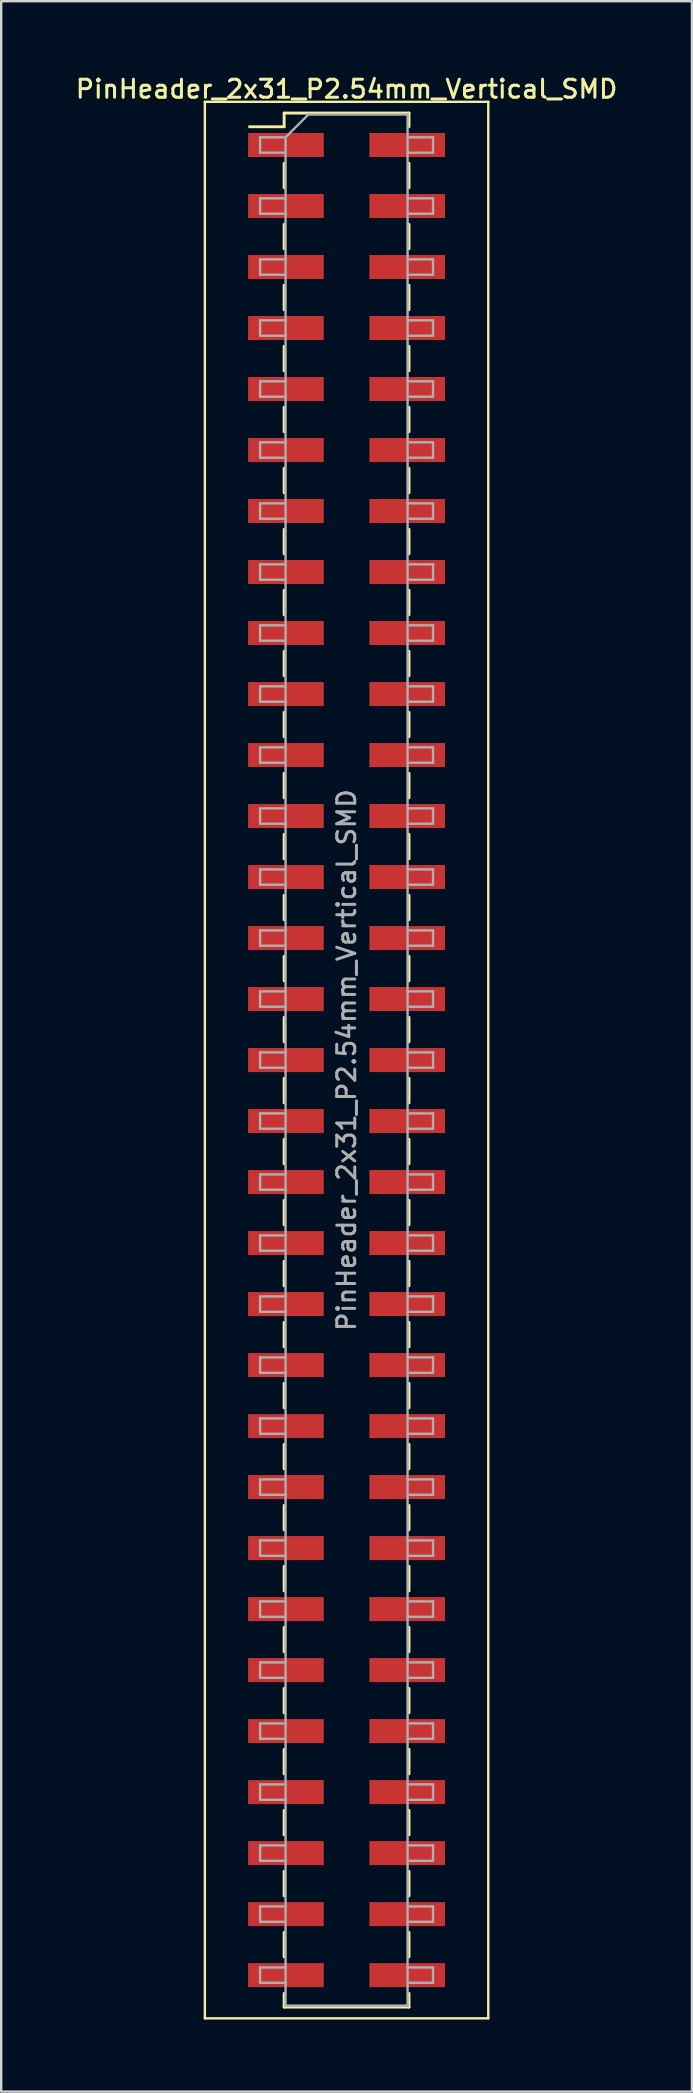
<source format=kicad_pcb>
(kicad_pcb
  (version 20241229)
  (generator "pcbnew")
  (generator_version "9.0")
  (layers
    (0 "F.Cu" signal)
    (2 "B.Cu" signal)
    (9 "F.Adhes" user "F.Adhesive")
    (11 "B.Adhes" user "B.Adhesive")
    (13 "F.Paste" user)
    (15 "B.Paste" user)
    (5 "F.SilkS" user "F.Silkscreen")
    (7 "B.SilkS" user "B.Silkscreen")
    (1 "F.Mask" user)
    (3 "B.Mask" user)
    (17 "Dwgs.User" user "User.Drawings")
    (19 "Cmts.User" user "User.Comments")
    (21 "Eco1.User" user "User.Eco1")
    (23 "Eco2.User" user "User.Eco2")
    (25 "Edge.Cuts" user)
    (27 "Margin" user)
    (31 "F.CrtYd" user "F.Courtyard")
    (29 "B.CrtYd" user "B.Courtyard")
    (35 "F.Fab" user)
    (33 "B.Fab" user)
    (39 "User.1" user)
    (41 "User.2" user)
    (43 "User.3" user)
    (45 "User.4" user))
  (footprint "PinHeader_2x31_P2.54mm_Vertical_SMD"
    (layer "F.Cu")
    (at 11.38 41.088)
    (property "Reference" "PinHeader_2x31_P2.54mm_Vertical_SMD" (at 0 -40.43 0) (layer "F.SilkS") (effects (font (size 0.75 0.75) (thickness 0.125))))
    (attr smd)
    (fp_line (start -5.9 -39.9) (end -5.9 39.9) (stroke (width 0.1) (type solid)) (layer "F.SilkS"))
    (fp_line (start -5.9 39.9) (end 5.9 39.9) (stroke (width 0.1) (type solid)) (layer "F.SilkS"))
    (fp_line (start -4.04 -38.86) (end -2.6 -38.86) (stroke (width 0.12) (type solid)) (layer "F.SilkS"))
    (fp_line (start -2.6 -39.43) (end -2.6 -38.86) (stroke (width 0.12) (type solid)) (layer "F.SilkS"))
    (fp_line (start -2.6 -39.43) (end 2.6 -39.43) (stroke (width 0.12) (type solid)) (layer "F.SilkS"))
    (fp_line (start -2.6 -37.34) (end -2.6 -36.32) (stroke (width 0.12) (type solid)) (layer "F.SilkS"))
    (fp_line (start -2.6 -34.8) (end -2.6 -33.78) (stroke (width 0.12) (type solid)) (layer "F.SilkS"))
    (fp_line (start -2.6 -32.26) (end -2.6 -31.24) (stroke (width 0.12) (type solid)) (layer "F.SilkS"))
    (fp_line (start -2.6 -29.72) (end -2.6 -28.7) (stroke (width 0.12) (type solid)) (layer "F.SilkS"))
    (fp_line (start -2.6 -27.18) (end -2.6 -26.16) (stroke (width 0.12) (type solid)) (layer "F.SilkS"))
    (fp_line (start -2.6 -24.64) (end -2.6 -23.62) (stroke (width 0.12) (type solid)) (layer "F.SilkS"))
    (fp_line (start -2.6 -22.1) (end -2.6 -21.08) (stroke (width 0.12) (type solid)) (layer "F.SilkS"))
    (fp_line (start -2.6 -19.56) (end -2.6 -18.54) (stroke (width 0.12) (type solid)) (layer "F.SilkS"))
    (fp_line (start -2.6 -17.02) (end -2.6 -16) (stroke (width 0.12) (type solid)) (layer "F.SilkS"))
    (fp_line (start -2.6 -14.48) (end -2.6 -13.46) (stroke (width 0.12) (type solid)) (layer "F.SilkS"))
    (fp_line (start -2.6 -11.94) (end -2.6 -10.92) (stroke (width 0.12) (type solid)) (layer "F.SilkS"))
    (fp_line (start -2.6 -9.4) (end -2.6 -8.38) (stroke (width 0.12) (type solid)) (layer "F.SilkS"))
    (fp_line (start -2.6 -6.86) (end -2.6 -5.84) (stroke (width 0.12) (type solid)) (layer "F.SilkS"))
    (fp_line (start -2.6 -4.32) (end -2.6 -3.3) (stroke (width 0.12) (type solid)) (layer "F.SilkS"))
    (fp_line (start -2.6 -1.78) (end -2.6 -0.76) (stroke (width 0.12) (type solid)) (layer "F.SilkS"))
    (fp_line (start -2.6 0.76) (end -2.6 1.78) (stroke (width 0.12) (type solid)) (layer "F.SilkS"))
    (fp_line (start -2.6 3.3) (end -2.6 4.32) (stroke (width 0.12) (type solid)) (layer "F.SilkS"))
    (fp_line (start -2.6 5.84) (end -2.6 6.86) (stroke (width 0.12) (type solid)) (layer "F.SilkS"))
    (fp_line (start -2.6 8.38) (end -2.6 9.4) (stroke (width 0.12) (type solid)) (layer "F.SilkS"))
    (fp_line (start -2.6 10.92) (end -2.6 11.94) (stroke (width 0.12) (type solid)) (layer "F.SilkS"))
    (fp_line (start -2.6 13.46) (end -2.6 14.48) (stroke (width 0.12) (type solid)) (layer "F.SilkS"))
    (fp_line (start -2.6 16) (end -2.6 17.02) (stroke (width 0.12) (type solid)) (layer "F.SilkS"))
    (fp_line (start -2.6 18.54) (end -2.6 19.56) (stroke (width 0.12) (type solid)) (layer "F.SilkS"))
    (fp_line (start -2.6 21.08) (end -2.6 22.1) (stroke (width 0.12) (type solid)) (layer "F.SilkS"))
    (fp_line (start -2.6 23.62) (end -2.6 24.64) (stroke (width 0.12) (type solid)) (layer "F.SilkS"))
    (fp_line (start -2.6 26.16) (end -2.6 27.18) (stroke (width 0.12) (type solid)) (layer "F.SilkS"))
    (fp_line (start -2.6 28.7) (end -2.6 29.72) (stroke (width 0.12) (type solid)) (layer "F.SilkS"))
    (fp_line (start -2.6 31.24) (end -2.6 32.26) (stroke (width 0.12) (type solid)) (layer "F.SilkS"))
    (fp_line (start -2.6 33.78) (end -2.6 34.8) (stroke (width 0.12) (type solid)) (layer "F.SilkS"))
    (fp_line (start -2.6 36.32) (end -2.6 37.34) (stroke (width 0.12) (type solid)) (layer "F.SilkS"))
    (fp_line (start -2.6 38.86) (end -2.6 39.43) (stroke (width 0.12) (type solid)) (layer "F.SilkS"))
    (fp_line (start -2.6 39.43) (end 2.6 39.43) (stroke (width 0.12) (type solid)) (layer "F.SilkS"))
    (fp_line (start 2.6 -39.43) (end 2.6 -38.86) (stroke (width 0.12) (type solid)) (layer "F.SilkS"))
    (fp_line (start 2.6 -37.34) (end 2.6 -36.32) (stroke (width 0.12) (type solid)) (layer "F.SilkS"))
    (fp_line (start 2.6 -34.8) (end 2.6 -33.78) (stroke (width 0.12) (type solid)) (layer "F.SilkS"))
    (fp_line (start 2.6 -32.26) (end 2.6 -31.24) (stroke (width 0.12) (type solid)) (layer "F.SilkS"))
    (fp_line (start 2.6 -29.72) (end 2.6 -28.7) (stroke (width 0.12) (type solid)) (layer "F.SilkS"))
    (fp_line (start 2.6 -27.18) (end 2.6 -26.16) (stroke (width 0.12) (type solid)) (layer "F.SilkS"))
    (fp_line (start 2.6 -24.64) (end 2.6 -23.62) (stroke (width 0.12) (type solid)) (layer "F.SilkS"))
    (fp_line (start 2.6 -22.1) (end 2.6 -21.08) (stroke (width 0.12) (type solid)) (layer "F.SilkS"))
    (fp_line (start 2.6 -19.56) (end 2.6 -18.54) (stroke (width 0.12) (type solid)) (layer "F.SilkS"))
    (fp_line (start 2.6 -17.02) (end 2.6 -16) (stroke (width 0.12) (type solid)) (layer "F.SilkS"))
    (fp_line (start 2.6 -14.48) (end 2.6 -13.46) (stroke (width 0.12) (type solid)) (layer "F.SilkS"))
    (fp_line (start 2.6 -11.94) (end 2.6 -10.92) (stroke (width 0.12) (type solid)) (layer "F.SilkS"))
    (fp_line (start 2.6 -9.4) (end 2.6 -8.38) (stroke (width 0.12) (type solid)) (layer "F.SilkS"))
    (fp_line (start 2.6 -6.86) (end 2.6 -5.84) (stroke (width 0.12) (type solid)) (layer "F.SilkS"))
    (fp_line (start 2.6 -4.32) (end 2.6 -3.3) (stroke (width 0.12) (type solid)) (layer "F.SilkS"))
    (fp_line (start 2.6 -1.78) (end 2.6 -0.76) (stroke (width 0.12) (type solid)) (layer "F.SilkS"))
    (fp_line (start 2.6 0.76) (end 2.6 1.78) (stroke (width 0.12) (type solid)) (layer "F.SilkS"))
    (fp_line (start 2.6 3.3) (end 2.6 4.32) (stroke (width 0.12) (type solid)) (layer "F.SilkS"))
    (fp_line (start 2.6 5.84) (end 2.6 6.86) (stroke (width 0.12) (type solid)) (layer "F.SilkS"))
    (fp_line (start 2.6 8.38) (end 2.6 9.4) (stroke (width 0.12) (type solid)) (layer "F.SilkS"))
    (fp_line (start 2.6 10.92) (end 2.6 11.94) (stroke (width 0.12) (type solid)) (layer "F.SilkS"))
    (fp_line (start 2.6 13.46) (end 2.6 14.48) (stroke (width 0.12) (type solid)) (layer "F.SilkS"))
    (fp_line (start 2.6 16) (end 2.6 17.02) (stroke (width 0.12) (type solid)) (layer "F.SilkS"))
    (fp_line (start 2.6 18.54) (end 2.6 19.56) (stroke (width 0.12) (type solid)) (layer "F.SilkS"))
    (fp_line (start 2.6 21.08) (end 2.6 22.1) (stroke (width 0.12) (type solid)) (layer "F.SilkS"))
    (fp_line (start 2.6 23.62) (end 2.6 24.64) (stroke (width 0.12) (type solid)) (layer "F.SilkS"))
    (fp_line (start 2.6 26.16) (end 2.6 27.18) (stroke (width 0.12) (type solid)) (layer "F.SilkS"))
    (fp_line (start 2.6 28.7) (end 2.6 29.72) (stroke (width 0.12) (type solid)) (layer "F.SilkS"))
    (fp_line (start 2.6 31.24) (end 2.6 32.26) (stroke (width 0.12) (type solid)) (layer "F.SilkS"))
    (fp_line (start 2.6 33.78) (end 2.6 34.8) (stroke (width 0.12) (type solid)) (layer "F.SilkS"))
    (fp_line (start 2.6 36.32) (end 2.6 37.34) (stroke (width 0.12) (type solid)) (layer "F.SilkS"))
    (fp_line (start 2.6 38.86) (end 2.6 39.43) (stroke (width 0.12) (type solid)) (layer "F.SilkS"))
    (fp_line (start 5.9 -39.9) (end -5.9 -39.9) (stroke (width 0.1) (type solid)) (layer "F.SilkS"))
    (fp_line (start 5.9 39.9) (end 5.9 -39.9) (stroke (width 0.1) (type solid)) (layer "F.SilkS"))
    (fp_line (start -3.6 -38.42) (end -3.6 -37.78) (stroke (width 0.1) (type solid)) (layer "F.Fab"))
    (fp_line (start -3.6 -37.78) (end -2.54 -37.78) (stroke (width 0.1) (type solid)) (layer "F.Fab"))
    (fp_line (start -3.6 -35.88) (end -3.6 -35.24) (stroke (width 0.1) (type solid)) (layer "F.Fab"))
    (fp_line (start -3.6 -35.24) (end -2.54 -35.24) (stroke (width 0.1) (type solid)) (layer "F.Fab"))
    (fp_line (start -3.6 -33.34) (end -3.6 -32.7) (stroke (width 0.1) (type solid)) (layer "F.Fab"))
    (fp_line (start -3.6 -32.7) (end -2.54 -32.7) (stroke (width 0.1) (type solid)) (layer "F.Fab"))
    (fp_line (start -3.6 -30.8) (end -3.6 -30.16) (stroke (width 0.1) (type solid)) (layer "F.Fab"))
    (fp_line (start -3.6 -30.16) (end -2.54 -30.16) (stroke (width 0.1) (type solid)) (layer "F.Fab"))
    (fp_line (start -3.6 -28.26) (end -3.6 -27.62) (stroke (width 0.1) (type solid)) (layer "F.Fab"))
    (fp_line (start -3.6 -27.62) (end -2.54 -27.62) (stroke (width 0.1) (type solid)) (layer "F.Fab"))
    (fp_line (start -3.6 -25.72) (end -3.6 -25.08) (stroke (width 0.1) (type solid)) (layer "F.Fab"))
    (fp_line (start -3.6 -25.08) (end -2.54 -25.08) (stroke (width 0.1) (type solid)) (layer "F.Fab"))
    (fp_line (start -3.6 -23.18) (end -3.6 -22.54) (stroke (width 0.1) (type solid)) (layer "F.Fab"))
    (fp_line (start -3.6 -22.54) (end -2.54 -22.54) (stroke (width 0.1) (type solid)) (layer "F.Fab"))
    (fp_line (start -3.6 -20.64) (end -3.6 -20) (stroke (width 0.1) (type solid)) (layer "F.Fab"))
    (fp_line (start -3.6 -20) (end -2.54 -20) (stroke (width 0.1) (type solid)) (layer "F.Fab"))
    (fp_line (start -3.6 -18.1) (end -3.6 -17.46) (stroke (width 0.1) (type solid)) (layer "F.Fab"))
    (fp_line (start -3.6 -17.46) (end -2.54 -17.46) (stroke (width 0.1) (type solid)) (layer "F.Fab"))
    (fp_line (start -3.6 -15.56) (end -3.6 -14.92) (stroke (width 0.1) (type solid)) (layer "F.Fab"))
    (fp_line (start -3.6 -14.92) (end -2.54 -14.92) (stroke (width 0.1) (type solid)) (layer "F.Fab"))
    (fp_line (start -3.6 -13.02) (end -3.6 -12.38) (stroke (width 0.1) (type solid)) (layer "F.Fab"))
    (fp_line (start -3.6 -12.38) (end -2.54 -12.38) (stroke (width 0.1) (type solid)) (layer "F.Fab"))
    (fp_line (start -3.6 -10.48) (end -3.6 -9.84) (stroke (width 0.1) (type solid)) (layer "F.Fab"))
    (fp_line (start -3.6 -9.84) (end -2.54 -9.84) (stroke (width 0.1) (type solid)) (layer "F.Fab"))
    (fp_line (start -3.6 -7.94) (end -3.6 -7.3) (stroke (width 0.1) (type solid)) (layer "F.Fab"))
    (fp_line (start -3.6 -7.3) (end -2.54 -7.3) (stroke (width 0.1) (type solid)) (layer "F.Fab"))
    (fp_line (start -3.6 -5.4) (end -3.6 -4.76) (stroke (width 0.1) (type solid)) (layer "F.Fab"))
    (fp_line (start -3.6 -4.76) (end -2.54 -4.76) (stroke (width 0.1) (type solid)) (layer "F.Fab"))
    (fp_line (start -3.6 -2.86) (end -3.6 -2.22) (stroke (width 0.1) (type solid)) (layer "F.Fab"))
    (fp_line (start -3.6 -2.22) (end -2.54 -2.22) (stroke (width 0.1) (type solid)) (layer "F.Fab"))
    (fp_line (start -3.6 -0.32) (end -3.6 0.32) (stroke (width 0.1) (type solid)) (layer "F.Fab"))
    (fp_line (start -3.6 0.32) (end -2.54 0.32) (stroke (width 0.1) (type solid)) (layer "F.Fab"))
    (fp_line (start -3.6 2.22) (end -3.6 2.86) (stroke (width 0.1) (type solid)) (layer "F.Fab"))
    (fp_line (start -3.6 2.86) (end -2.54 2.86) (stroke (width 0.1) (type solid)) (layer "F.Fab"))
    (fp_line (start -3.6 4.76) (end -3.6 5.4) (stroke (width 0.1) (type solid)) (layer "F.Fab"))
    (fp_line (start -3.6 5.4) (end -2.54 5.4) (stroke (width 0.1) (type solid)) (layer "F.Fab"))
    (fp_line (start -3.6 7.3) (end -3.6 7.94) (stroke (width 0.1) (type solid)) (layer "F.Fab"))
    (fp_line (start -3.6 7.94) (end -2.54 7.94) (stroke (width 0.1) (type solid)) (layer "F.Fab"))
    (fp_line (start -3.6 9.84) (end -3.6 10.48) (stroke (width 0.1) (type solid)) (layer "F.Fab"))
    (fp_line (start -3.6 10.48) (end -2.54 10.48) (stroke (width 0.1) (type solid)) (layer "F.Fab"))
    (fp_line (start -3.6 12.38) (end -3.6 13.02) (stroke (width 0.1) (type solid)) (layer "F.Fab"))
    (fp_line (start -3.6 13.02) (end -2.54 13.02) (stroke (width 0.1) (type solid)) (layer "F.Fab"))
    (fp_line (start -3.6 14.92) (end -3.6 15.56) (stroke (width 0.1) (type solid)) (layer "F.Fab"))
    (fp_line (start -3.6 15.56) (end -2.54 15.56) (stroke (width 0.1) (type solid)) (layer "F.Fab"))
    (fp_line (start -3.6 17.46) (end -3.6 18.1) (stroke (width 0.1) (type solid)) (layer "F.Fab"))
    (fp_line (start -3.6 18.1) (end -2.54 18.1) (stroke (width 0.1) (type solid)) (layer "F.Fab"))
    (fp_line (start -3.6 20) (end -3.6 20.64) (stroke (width 0.1) (type solid)) (layer "F.Fab"))
    (fp_line (start -3.6 20.64) (end -2.54 20.64) (stroke (width 0.1) (type solid)) (layer "F.Fab"))
    (fp_line (start -3.6 22.54) (end -3.6 23.18) (stroke (width 0.1) (type solid)) (layer "F.Fab"))
    (fp_line (start -3.6 23.18) (end -2.54 23.18) (stroke (width 0.1) (type solid)) (layer "F.Fab"))
    (fp_line (start -3.6 25.08) (end -3.6 25.72) (stroke (width 0.1) (type solid)) (layer "F.Fab"))
    (fp_line (start -3.6 25.72) (end -2.54 25.72) (stroke (width 0.1) (type solid)) (layer "F.Fab"))
    (fp_line (start -3.6 27.62) (end -3.6 28.26) (stroke (width 0.1) (type solid)) (layer "F.Fab"))
    (fp_line (start -3.6 28.26) (end -2.54 28.26) (stroke (width 0.1) (type solid)) (layer "F.Fab"))
    (fp_line (start -3.6 30.16) (end -3.6 30.8) (stroke (width 0.1) (type solid)) (layer "F.Fab"))
    (fp_line (start -3.6 30.8) (end -2.54 30.8) (stroke (width 0.1) (type solid)) (layer "F.Fab"))
    (fp_line (start -3.6 32.7) (end -3.6 33.34) (stroke (width 0.1) (type solid)) (layer "F.Fab"))
    (fp_line (start -3.6 33.34) (end -2.54 33.34) (stroke (width 0.1) (type solid)) (layer "F.Fab"))
    (fp_line (start -3.6 35.24) (end -3.6 35.88) (stroke (width 0.1) (type solid)) (layer "F.Fab"))
    (fp_line (start -3.6 35.88) (end -2.54 35.88) (stroke (width 0.1) (type solid)) (layer "F.Fab"))
    (fp_line (start -3.6 37.78) (end -3.6 38.42) (stroke (width 0.1) (type solid)) (layer "F.Fab"))
    (fp_line (start -3.6 38.42) (end -2.54 38.42) (stroke (width 0.1) (type solid)) (layer "F.Fab"))
    (fp_line (start -2.54 -38.42) (end -3.6 -38.42) (stroke (width 0.1) (type solid)) (layer "F.Fab"))
    (fp_line (start -2.54 -38.42) (end -1.59 -39.37) (stroke (width 0.1) (type solid)) (layer "F.Fab"))
    (fp_line (start -2.54 -35.88) (end -3.6 -35.88) (stroke (width 0.1) (type solid)) (layer "F.Fab"))
    (fp_line (start -2.54 -33.34) (end -3.6 -33.34) (stroke (width 0.1) (type solid)) (layer "F.Fab"))
    (fp_line (start -2.54 -30.8) (end -3.6 -30.8) (stroke (width 0.1) (type solid)) (layer "F.Fab"))
    (fp_line (start -2.54 -28.26) (end -3.6 -28.26) (stroke (width 0.1) (type solid)) (layer "F.Fab"))
    (fp_line (start -2.54 -25.72) (end -3.6 -25.72) (stroke (width 0.1) (type solid)) (layer "F.Fab"))
    (fp_line (start -2.54 -23.18) (end -3.6 -23.18) (stroke (width 0.1) (type solid)) (layer "F.Fab"))
    (fp_line (start -2.54 -20.64) (end -3.6 -20.64) (stroke (width 0.1) (type solid)) (layer "F.Fab"))
    (fp_line (start -2.54 -18.1) (end -3.6 -18.1) (stroke (width 0.1) (type solid)) (layer "F.Fab"))
    (fp_line (start -2.54 -15.56) (end -3.6 -15.56) (stroke (width 0.1) (type solid)) (layer "F.Fab"))
    (fp_line (start -2.54 -13.02) (end -3.6 -13.02) (stroke (width 0.1) (type solid)) (layer "F.Fab"))
    (fp_line (start -2.54 -10.48) (end -3.6 -10.48) (stroke (width 0.1) (type solid)) (layer "F.Fab"))
    (fp_line (start -2.54 -7.94) (end -3.6 -7.94) (stroke (width 0.1) (type solid)) (layer "F.Fab"))
    (fp_line (start -2.54 -5.4) (end -3.6 -5.4) (stroke (width 0.1) (type solid)) (layer "F.Fab"))
    (fp_line (start -2.54 -2.86) (end -3.6 -2.86) (stroke (width 0.1) (type solid)) (layer "F.Fab"))
    (fp_line (start -2.54 -0.32) (end -3.6 -0.32) (stroke (width 0.1) (type solid)) (layer "F.Fab"))
    (fp_line (start -2.54 2.22) (end -3.6 2.22) (stroke (width 0.1) (type solid)) (layer "F.Fab"))
    (fp_line (start -2.54 4.76) (end -3.6 4.76) (stroke (width 0.1) (type solid)) (layer "F.Fab"))
    (fp_line (start -2.54 7.3) (end -3.6 7.3) (stroke (width 0.1) (type solid)) (layer "F.Fab"))
    (fp_line (start -2.54 9.84) (end -3.6 9.84) (stroke (width 0.1) (type solid)) (layer "F.Fab"))
    (fp_line (start -2.54 12.38) (end -3.6 12.38) (stroke (width 0.1) (type solid)) (layer "F.Fab"))
    (fp_line (start -2.54 14.92) (end -3.6 14.92) (stroke (width 0.1) (type solid)) (layer "F.Fab"))
    (fp_line (start -2.54 17.46) (end -3.6 17.46) (stroke (width 0.1) (type solid)) (layer "F.Fab"))
    (fp_line (start -2.54 20) (end -3.6 20) (stroke (width 0.1) (type solid)) (layer "F.Fab"))
    (fp_line (start -2.54 22.54) (end -3.6 22.54) (stroke (width 0.1) (type solid)) (layer "F.Fab"))
    (fp_line (start -2.54 25.08) (end -3.6 25.08) (stroke (width 0.1) (type solid)) (layer "F.Fab"))
    (fp_line (start -2.54 27.62) (end -3.6 27.62) (stroke (width 0.1) (type solid)) (layer "F.Fab"))
    (fp_line (start -2.54 30.16) (end -3.6 30.16) (stroke (width 0.1) (type solid)) (layer "F.Fab"))
    (fp_line (start -2.54 32.7) (end -3.6 32.7) (stroke (width 0.1) (type solid)) (layer "F.Fab"))
    (fp_line (start -2.54 35.24) (end -3.6 35.24) (stroke (width 0.1) (type solid)) (layer "F.Fab"))
    (fp_line (start -2.54 37.78) (end -3.6 37.78) (stroke (width 0.1) (type solid)) (layer "F.Fab"))
    (fp_line (start -2.54 39.37) (end -2.54 -38.42) (stroke (width 0.1) (type solid)) (layer "F.Fab"))
    (fp_line (start -1.59 -39.37) (end 2.54 -39.37) (stroke (width 0.1) (type solid)) (layer "F.Fab"))
    (fp_line (start 2.54 -39.37) (end 2.54 39.37) (stroke (width 0.1) (type solid)) (layer "F.Fab"))
    (fp_line (start 2.54 -38.42) (end 3.6 -38.42) (stroke (width 0.1) (type solid)) (layer "F.Fab"))
    (fp_line (start 2.54 -35.88) (end 3.6 -35.88) (stroke (width 0.1) (type solid)) (layer "F.Fab"))
    (fp_line (start 2.54 -33.34) (end 3.6 -33.34) (stroke (width 0.1) (type solid)) (layer "F.Fab"))
    (fp_line (start 2.54 -30.8) (end 3.6 -30.8) (stroke (width 0.1) (type solid)) (layer "F.Fab"))
    (fp_line (start 2.54 -28.26) (end 3.6 -28.26) (stroke (width 0.1) (type solid)) (layer "F.Fab"))
    (fp_line (start 2.54 -25.72) (end 3.6 -25.72) (stroke (width 0.1) (type solid)) (layer "F.Fab"))
    (fp_line (start 2.54 -23.18) (end 3.6 -23.18) (stroke (width 0.1) (type solid)) (layer "F.Fab"))
    (fp_line (start 2.54 -20.64) (end 3.6 -20.64) (stroke (width 0.1) (type solid)) (layer "F.Fab"))
    (fp_line (start 2.54 -18.1) (end 3.6 -18.1) (stroke (width 0.1) (type solid)) (layer "F.Fab"))
    (fp_line (start 2.54 -15.56) (end 3.6 -15.56) (stroke (width 0.1) (type solid)) (layer "F.Fab"))
    (fp_line (start 2.54 -13.02) (end 3.6 -13.02) (stroke (width 0.1) (type solid)) (layer "F.Fab"))
    (fp_line (start 2.54 -10.48) (end 3.6 -10.48) (stroke (width 0.1) (type solid)) (layer "F.Fab"))
    (fp_line (start 2.54 -7.94) (end 3.6 -7.94) (stroke (width 0.1) (type solid)) (layer "F.Fab"))
    (fp_line (start 2.54 -5.4) (end 3.6 -5.4) (stroke (width 0.1) (type solid)) (layer "F.Fab"))
    (fp_line (start 2.54 -2.86) (end 3.6 -2.86) (stroke (width 0.1) (type solid)) (layer "F.Fab"))
    (fp_line (start 2.54 -0.32) (end 3.6 -0.32) (stroke (width 0.1) (type solid)) (layer "F.Fab"))
    (fp_line (start 2.54 2.22) (end 3.6 2.22) (stroke (width 0.1) (type solid)) (layer "F.Fab"))
    (fp_line (start 2.54 4.76) (end 3.6 4.76) (stroke (width 0.1) (type solid)) (layer "F.Fab"))
    (fp_line (start 2.54 7.3) (end 3.6 7.3) (stroke (width 0.1) (type solid)) (layer "F.Fab"))
    (fp_line (start 2.54 9.84) (end 3.6 9.84) (stroke (width 0.1) (type solid)) (layer "F.Fab"))
    (fp_line (start 2.54 12.38) (end 3.6 12.38) (stroke (width 0.1) (type solid)) (layer "F.Fab"))
    (fp_line (start 2.54 14.92) (end 3.6 14.92) (stroke (width 0.1) (type solid)) (layer "F.Fab"))
    (fp_line (start 2.54 17.46) (end 3.6 17.46) (stroke (width 0.1) (type solid)) (layer "F.Fab"))
    (fp_line (start 2.54 20) (end 3.6 20) (stroke (width 0.1) (type solid)) (layer "F.Fab"))
    (fp_line (start 2.54 22.54) (end 3.6 22.54) (stroke (width 0.1) (type solid)) (layer "F.Fab"))
    (fp_line (start 2.54 25.08) (end 3.6 25.08) (stroke (width 0.1) (type solid)) (layer "F.Fab"))
    (fp_line (start 2.54 27.62) (end 3.6 27.62) (stroke (width 0.1) (type solid)) (layer "F.Fab"))
    (fp_line (start 2.54 30.16) (end 3.6 30.16) (stroke (width 0.1) (type solid)) (layer "F.Fab"))
    (fp_line (start 2.54 32.7) (end 3.6 32.7) (stroke (width 0.1) (type solid)) (layer "F.Fab"))
    (fp_line (start 2.54 35.24) (end 3.6 35.24) (stroke (width 0.1) (type solid)) (layer "F.Fab"))
    (fp_line (start 2.54 37.78) (end 3.6 37.78) (stroke (width 0.1) (type solid)) (layer "F.Fab"))
    (fp_line (start 2.54 39.37) (end -2.54 39.37) (stroke (width 0.1) (type solid)) (layer "F.Fab"))
    (fp_line (start 3.6 -38.42) (end 3.6 -37.78) (stroke (width 0.1) (type solid)) (layer "F.Fab"))
    (fp_line (start 3.6 -37.78) (end 2.54 -37.78) (stroke (width 0.1) (type solid)) (layer "F.Fab"))
    (fp_line (start 3.6 -35.88) (end 3.6 -35.24) (stroke (width 0.1) (type solid)) (layer "F.Fab"))
    (fp_line (start 3.6 -35.24) (end 2.54 -35.24) (stroke (width 0.1) (type solid)) (layer "F.Fab"))
    (fp_line (start 3.6 -33.34) (end 3.6 -32.7) (stroke (width 0.1) (type solid)) (layer "F.Fab"))
    (fp_line (start 3.6 -32.7) (end 2.54 -32.7) (stroke (width 0.1) (type solid)) (layer "F.Fab"))
    (fp_line (start 3.6 -30.8) (end 3.6 -30.16) (stroke (width 0.1) (type solid)) (layer "F.Fab"))
    (fp_line (start 3.6 -30.16) (end 2.54 -30.16) (stroke (width 0.1) (type solid)) (layer "F.Fab"))
    (fp_line (start 3.6 -28.26) (end 3.6 -27.62) (stroke (width 0.1) (type solid)) (layer "F.Fab"))
    (fp_line (start 3.6 -27.62) (end 2.54 -27.62) (stroke (width 0.1) (type solid)) (layer "F.Fab"))
    (fp_line (start 3.6 -25.72) (end 3.6 -25.08) (stroke (width 0.1) (type solid)) (layer "F.Fab"))
    (fp_line (start 3.6 -25.08) (end 2.54 -25.08) (stroke (width 0.1) (type solid)) (layer "F.Fab"))
    (fp_line (start 3.6 -23.18) (end 3.6 -22.54) (stroke (width 0.1) (type solid)) (layer "F.Fab"))
    (fp_line (start 3.6 -22.54) (end 2.54 -22.54) (stroke (width 0.1) (type solid)) (layer "F.Fab"))
    (fp_line (start 3.6 -20.64) (end 3.6 -20) (stroke (width 0.1) (type solid)) (layer "F.Fab"))
    (fp_line (start 3.6 -20) (end 2.54 -20) (stroke (width 0.1) (type solid)) (layer "F.Fab"))
    (fp_line (start 3.6 -18.1) (end 3.6 -17.46) (stroke (width 0.1) (type solid)) (layer "F.Fab"))
    (fp_line (start 3.6 -17.46) (end 2.54 -17.46) (stroke (width 0.1) (type solid)) (layer "F.Fab"))
    (fp_line (start 3.6 -15.56) (end 3.6 -14.92) (stroke (width 0.1) (type solid)) (layer "F.Fab"))
    (fp_line (start 3.6 -14.92) (end 2.54 -14.92) (stroke (width 0.1) (type solid)) (layer "F.Fab"))
    (fp_line (start 3.6 -13.02) (end 3.6 -12.38) (stroke (width 0.1) (type solid)) (layer "F.Fab"))
    (fp_line (start 3.6 -12.38) (end 2.54 -12.38) (stroke (width 0.1) (type solid)) (layer "F.Fab"))
    (fp_line (start 3.6 -10.48) (end 3.6 -9.84) (stroke (width 0.1) (type solid)) (layer "F.Fab"))
    (fp_line (start 3.6 -9.84) (end 2.54 -9.84) (stroke (width 0.1) (type solid)) (layer "F.Fab"))
    (fp_line (start 3.6 -7.94) (end 3.6 -7.3) (stroke (width 0.1) (type solid)) (layer "F.Fab"))
    (fp_line (start 3.6 -7.3) (end 2.54 -7.3) (stroke (width 0.1) (type solid)) (layer "F.Fab"))
    (fp_line (start 3.6 -5.4) (end 3.6 -4.76) (stroke (width 0.1) (type solid)) (layer "F.Fab"))
    (fp_line (start 3.6 -4.76) (end 2.54 -4.76) (stroke (width 0.1) (type solid)) (layer "F.Fab"))
    (fp_line (start 3.6 -2.86) (end 3.6 -2.22) (stroke (width 0.1) (type solid)) (layer "F.Fab"))
    (fp_line (start 3.6 -2.22) (end 2.54 -2.22) (stroke (width 0.1) (type solid)) (layer "F.Fab"))
    (fp_line (start 3.6 -0.32) (end 3.6 0.32) (stroke (width 0.1) (type solid)) (layer "F.Fab"))
    (fp_line (start 3.6 0.32) (end 2.54 0.32) (stroke (width 0.1) (type solid)) (layer "F.Fab"))
    (fp_line (start 3.6 2.22) (end 3.6 2.86) (stroke (width 0.1) (type solid)) (layer "F.Fab"))
    (fp_line (start 3.6 2.86) (end 2.54 2.86) (stroke (width 0.1) (type solid)) (layer "F.Fab"))
    (fp_line (start 3.6 4.76) (end 3.6 5.4) (stroke (width 0.1) (type solid)) (layer "F.Fab"))
    (fp_line (start 3.6 5.4) (end 2.54 5.4) (stroke (width 0.1) (type solid)) (layer "F.Fab"))
    (fp_line (start 3.6 7.3) (end 3.6 7.94) (stroke (width 0.1) (type solid)) (layer "F.Fab"))
    (fp_line (start 3.6 7.94) (end 2.54 7.94) (stroke (width 0.1) (type solid)) (layer "F.Fab"))
    (fp_line (start 3.6 9.84) (end 3.6 10.48) (stroke (width 0.1) (type solid)) (layer "F.Fab"))
    (fp_line (start 3.6 10.48) (end 2.54 10.48) (stroke (width 0.1) (type solid)) (layer "F.Fab"))
    (fp_line (start 3.6 12.38) (end 3.6 13.02) (stroke (width 0.1) (type solid)) (layer "F.Fab"))
    (fp_line (start 3.6 13.02) (end 2.54 13.02) (stroke (width 0.1) (type solid)) (layer "F.Fab"))
    (fp_line (start 3.6 14.92) (end 3.6 15.56) (stroke (width 0.1) (type solid)) (layer "F.Fab"))
    (fp_line (start 3.6 15.56) (end 2.54 15.56) (stroke (width 0.1) (type solid)) (layer "F.Fab"))
    (fp_line (start 3.6 17.46) (end 3.6 18.1) (stroke (width 0.1) (type solid)) (layer "F.Fab"))
    (fp_line (start 3.6 18.1) (end 2.54 18.1) (stroke (width 0.1) (type solid)) (layer "F.Fab"))
    (fp_line (start 3.6 20) (end 3.6 20.64) (stroke (width 0.1) (type solid)) (layer "F.Fab"))
    (fp_line (start 3.6 20.64) (end 2.54 20.64) (stroke (width 0.1) (type solid)) (layer "F.Fab"))
    (fp_line (start 3.6 22.54) (end 3.6 23.18) (stroke (width 0.1) (type solid)) (layer "F.Fab"))
    (fp_line (start 3.6 23.18) (end 2.54 23.18) (stroke (width 0.1) (type solid)) (layer "F.Fab"))
    (fp_line (start 3.6 25.08) (end 3.6 25.72) (stroke (width 0.1) (type solid)) (layer "F.Fab"))
    (fp_line (start 3.6 25.72) (end 2.54 25.72) (stroke (width 0.1) (type solid)) (layer "F.Fab"))
    (fp_line (start 3.6 27.62) (end 3.6 28.26) (stroke (width 0.1) (type solid)) (layer "F.Fab"))
    (fp_line (start 3.6 28.26) (end 2.54 28.26) (stroke (width 0.1) (type solid)) (layer "F.Fab"))
    (fp_line (start 3.6 30.16) (end 3.6 30.8) (stroke (width 0.1) (type solid)) (layer "F.Fab"))
    (fp_line (start 3.6 30.8) (end 2.54 30.8) (stroke (width 0.1) (type solid)) (layer "F.Fab"))
    (fp_line (start 3.6 32.7) (end 3.6 33.34) (stroke (width 0.1) (type solid)) (layer "F.Fab"))
    (fp_line (start 3.6 33.34) (end 2.54 33.34) (stroke (width 0.1) (type solid)) (layer "F.Fab"))
    (fp_line (start 3.6 35.24) (end 3.6 35.88) (stroke (width 0.1) (type solid)) (layer "F.Fab"))
    (fp_line (start 3.6 35.88) (end 2.54 35.88) (stroke (width 0.1) (type solid)) (layer "F.Fab"))
    (fp_line (start 3.6 37.78) (end 3.6 38.42) (stroke (width 0.1) (type solid)) (layer "F.Fab"))
    (fp_line (start 3.6 38.42) (end 2.54 38.42) (stroke (width 0.1) (type solid)) (layer "F.Fab"))
    (fp_text user "${REFERENCE}" (at 0 0 90) (layer "F.Fab") (effects (font (size 0.75 0.75) (thickness 0.125))))
    (pad "1" smd rect (at -2.525 -38.1) (size 3.15 1) (layers "F.Cu" "F.Mask" "F.Paste"))
    (pad "2" smd rect (at 2.525 -38.1) (size 3.15 1) (layers "F.Cu" "F.Mask" "F.Paste"))
    (pad "3" smd rect (at -2.525 -35.56) (size 3.15 1) (layers "F.Cu" "F.Mask" "F.Paste"))
    (pad "4" smd rect (at 2.525 -35.56) (size 3.15 1) (layers "F.Cu" "F.Mask" "F.Paste"))
    (pad "5" smd rect (at -2.525 -33.02) (size 3.15 1) (layers "F.Cu" "F.Mask" "F.Paste"))
    (pad "6" smd rect (at 2.525 -33.02) (size 3.15 1) (layers "F.Cu" "F.Mask" "F.Paste"))
    (pad "7" smd rect (at -2.525 -30.48) (size 3.15 1) (layers "F.Cu" "F.Mask" "F.Paste"))
    (pad "8" smd rect (at 2.525 -30.48) (size 3.15 1) (layers "F.Cu" "F.Mask" "F.Paste"))
    (pad "9" smd rect (at -2.525 -27.94) (size 3.15 1) (layers "F.Cu" "F.Mask" "F.Paste"))
    (pad "10" smd rect (at 2.525 -27.94) (size 3.15 1) (layers "F.Cu" "F.Mask" "F.Paste"))
    (pad "11" smd rect (at -2.525 -25.4) (size 3.15 1) (layers "F.Cu" "F.Mask" "F.Paste"))
    (pad "12" smd rect (at 2.525 -25.4) (size 3.15 1) (layers "F.Cu" "F.Mask" "F.Paste"))
    (pad "13" smd rect (at -2.525 -22.86) (size 3.15 1) (layers "F.Cu" "F.Mask" "F.Paste"))
    (pad "14" smd rect (at 2.525 -22.86) (size 3.15 1) (layers "F.Cu" "F.Mask" "F.Paste"))
    (pad "15" smd rect (at -2.525 -20.32) (size 3.15 1) (layers "F.Cu" "F.Mask" "F.Paste"))
    (pad "16" smd rect (at 2.525 -20.32) (size 3.15 1) (layers "F.Cu" "F.Mask" "F.Paste"))
    (pad "17" smd rect (at -2.525 -17.78) (size 3.15 1) (layers "F.Cu" "F.Mask" "F.Paste"))
    (pad "18" smd rect (at 2.525 -17.78) (size 3.15 1) (layers "F.Cu" "F.Mask" "F.Paste"))
    (pad "19" smd rect (at -2.525 -15.24) (size 3.15 1) (layers "F.Cu" "F.Mask" "F.Paste"))
    (pad "20" smd rect (at 2.525 -15.24) (size 3.15 1) (layers "F.Cu" "F.Mask" "F.Paste"))
    (pad "21" smd rect (at -2.525 -12.7) (size 3.15 1) (layers "F.Cu" "F.Mask" "F.Paste"))
    (pad "22" smd rect (at 2.525 -12.7) (size 3.15 1) (layers "F.Cu" "F.Mask" "F.Paste"))
    (pad "23" smd rect (at -2.525 -10.16) (size 3.15 1) (layers "F.Cu" "F.Mask" "F.Paste"))
    (pad "24" smd rect (at 2.525 -10.16) (size 3.15 1) (layers "F.Cu" "F.Mask" "F.Paste"))
    (pad "25" smd rect (at -2.525 -7.62) (size 3.15 1) (layers "F.Cu" "F.Mask" "F.Paste"))
    (pad "26" smd rect (at 2.525 -7.62) (size 3.15 1) (layers "F.Cu" "F.Mask" "F.Paste"))
    (pad "27" smd rect (at -2.525 -5.08) (size 3.15 1) (layers "F.Cu" "F.Mask" "F.Paste"))
    (pad "28" smd rect (at 2.525 -5.08) (size 3.15 1) (layers "F.Cu" "F.Mask" "F.Paste"))
    (pad "29" smd rect (at -2.525 -2.54) (size 3.15 1) (layers "F.Cu" "F.Mask" "F.Paste"))
    (pad "30" smd rect (at 2.525 -2.54) (size 3.15 1) (layers "F.Cu" "F.Mask" "F.Paste"))
    (pad "31" smd rect (at -2.525 0) (size 3.15 1) (layers "F.Cu" "F.Mask" "F.Paste"))
    (pad "32" smd rect (at 2.525 0) (size 3.15 1) (layers "F.Cu" "F.Mask" "F.Paste"))
    (pad "33" smd rect (at -2.525 2.54) (size 3.15 1) (layers "F.Cu" "F.Mask" "F.Paste"))
    (pad "34" smd rect (at 2.525 2.54) (size 3.15 1) (layers "F.Cu" "F.Mask" "F.Paste"))
    (pad "35" smd rect (at -2.525 5.08) (size 3.15 1) (layers "F.Cu" "F.Mask" "F.Paste"))
    (pad "36" smd rect (at 2.525 5.08) (size 3.15 1) (layers "F.Cu" "F.Mask" "F.Paste"))
    (pad "37" smd rect (at -2.525 7.62) (size 3.15 1) (layers "F.Cu" "F.Mask" "F.Paste"))
    (pad "38" smd rect (at 2.525 7.62) (size 3.15 1) (layers "F.Cu" "F.Mask" "F.Paste"))
    (pad "39" smd rect (at -2.525 10.16) (size 3.15 1) (layers "F.Cu" "F.Mask" "F.Paste"))
    (pad "40" smd rect (at 2.525 10.16) (size 3.15 1) (layers "F.Cu" "F.Mask" "F.Paste"))
    (pad "41" smd rect (at -2.525 12.7) (size 3.15 1) (layers "F.Cu" "F.Mask" "F.Paste"))
    (pad "42" smd rect (at 2.525 12.7) (size 3.15 1) (layers "F.Cu" "F.Mask" "F.Paste"))
    (pad "43" smd rect (at -2.525 15.24) (size 3.15 1) (layers "F.Cu" "F.Mask" "F.Paste"))
    (pad "44" smd rect (at 2.525 15.24) (size 3.15 1) (layers "F.Cu" "F.Mask" "F.Paste"))
    (pad "45" smd rect (at -2.525 17.78) (size 3.15 1) (layers "F.Cu" "F.Mask" "F.Paste"))
    (pad "46" smd rect (at 2.525 17.78) (size 3.15 1) (layers "F.Cu" "F.Mask" "F.Paste"))
    (pad "47" smd rect (at -2.525 20.32) (size 3.15 1) (layers "F.Cu" "F.Mask" "F.Paste"))
    (pad "48" smd rect (at 2.525 20.32) (size 3.15 1) (layers "F.Cu" "F.Mask" "F.Paste"))
    (pad "49" smd rect (at -2.525 22.86) (size 3.15 1) (layers "F.Cu" "F.Mask" "F.Paste"))
    (pad "50" smd rect (at 2.525 22.86) (size 3.15 1) (layers "F.Cu" "F.Mask" "F.Paste"))
    (pad "51" smd rect (at -2.525 25.4) (size 3.15 1) (layers "F.Cu" "F.Mask" "F.Paste"))
    (pad "52" smd rect (at 2.525 25.4) (size 3.15 1) (layers "F.Cu" "F.Mask" "F.Paste"))
    (pad "53" smd rect (at -2.525 27.94) (size 3.15 1) (layers "F.Cu" "F.Mask" "F.Paste"))
    (pad "54" smd rect (at 2.525 27.94) (size 3.15 1) (layers "F.Cu" "F.Mask" "F.Paste"))
    (pad "55" smd rect (at -2.525 30.48) (size 3.15 1) (layers "F.Cu" "F.Mask" "F.Paste"))
    (pad "56" smd rect (at 2.525 30.48) (size 3.15 1) (layers "F.Cu" "F.Mask" "F.Paste"))
    (pad "57" smd rect (at -2.525 33.02) (size 3.15 1) (layers "F.Cu" "F.Mask" "F.Paste"))
    (pad "58" smd rect (at 2.525 33.02) (size 3.15 1) (layers "F.Cu" "F.Mask" "F.Paste"))
    (pad "59" smd rect (at -2.525 35.56) (size 3.15 1) (layers "F.Cu" "F.Mask" "F.Paste"))
    (pad "60" smd rect (at 2.525 35.56) (size 3.15 1) (layers "F.Cu" "F.Mask" "F.Paste"))
    (pad "61" smd rect (at -2.525 38.1) (size 3.15 1) (layers "F.Cu" "F.Mask" "F.Paste"))
    (pad "62" smd rect (at 2.525 38.1) (size 3.15 1) (layers "F.Cu" "F.Mask" "F.Paste")))
  (gr_rect
    (start -3 -3)
    (end 25.761 84.038)
    (stroke (width 0.1) (type default))
    (fill no)
    (layer "Edge.Cuts")))
</source>
